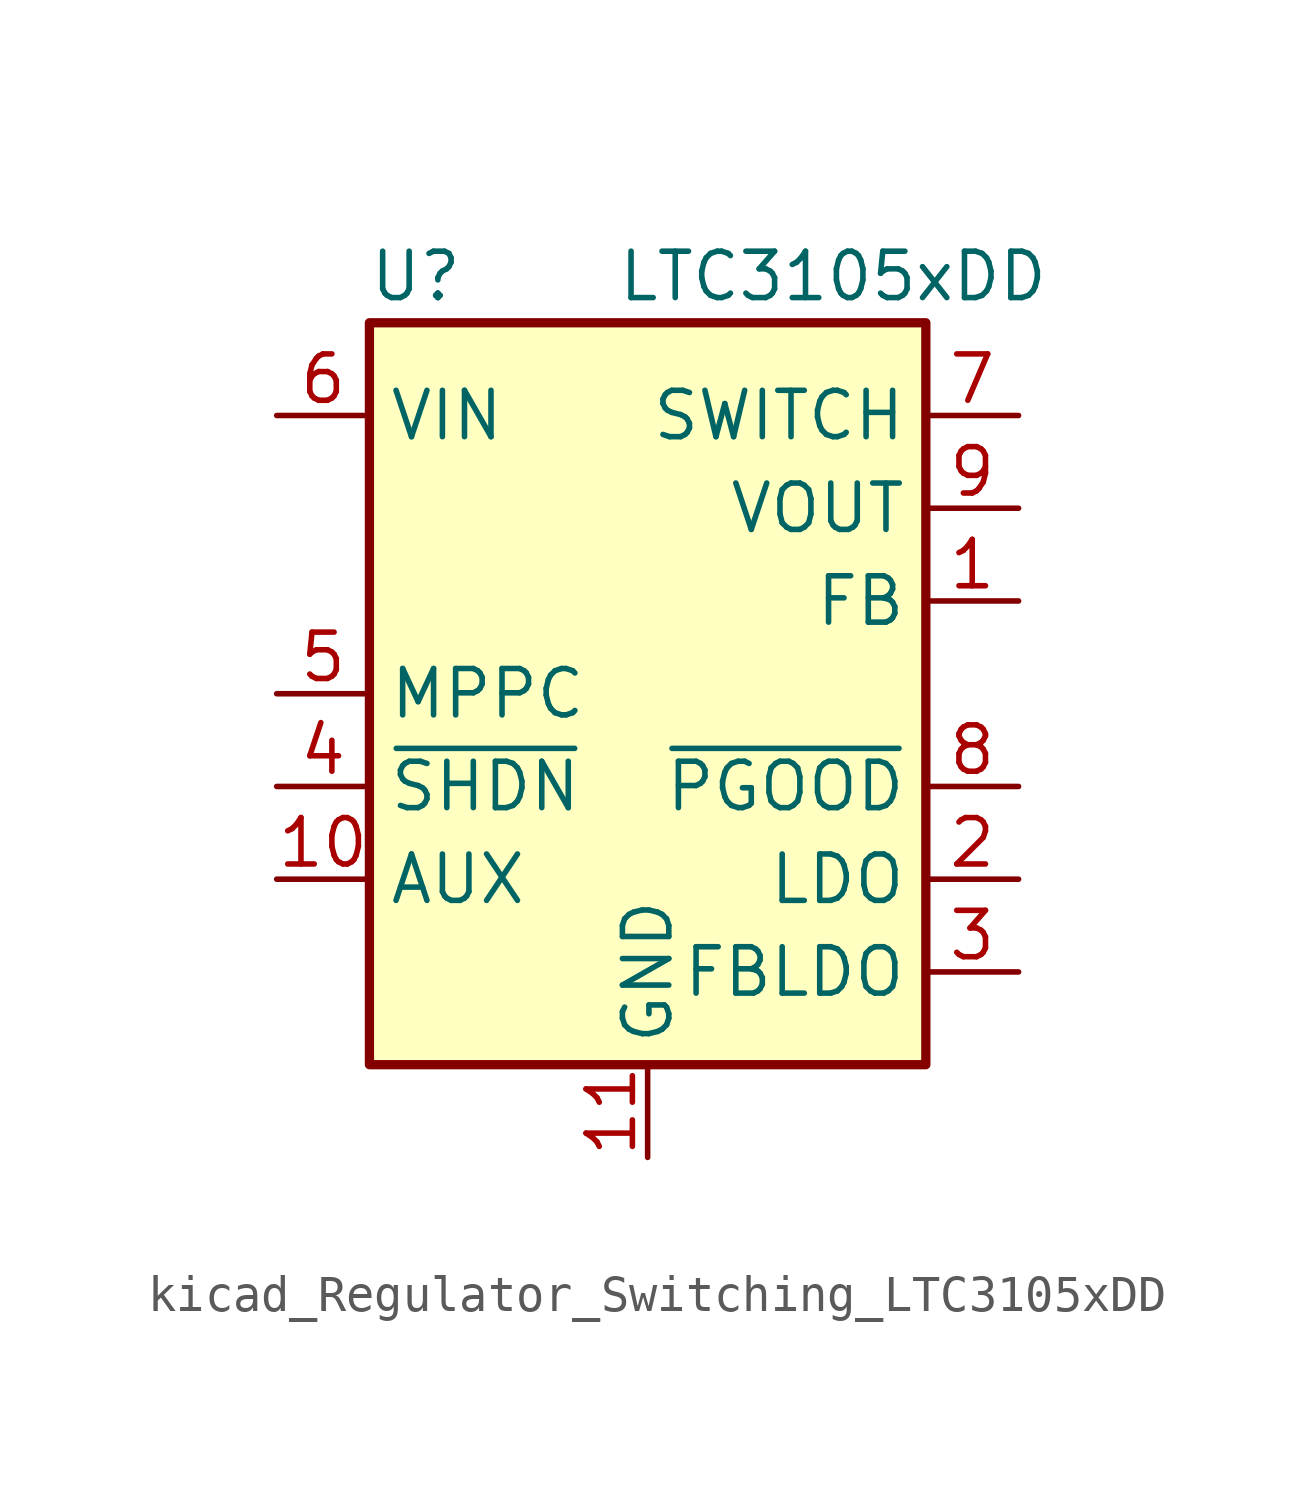
<source format=kicad_sym>
(kicad_symbol_lib
  (version 20220914)
  (generator kicad_symbol_editor)
  (symbol "kicad_Regulator_Switching_LTC3105xDD"
    (property "Reference" "U"
      (at -6.35 11.43 0)
      (effects (font (size 1.27 1.27))))
    (property "Value" "LTC3105xDD"
      (at 5.08 11.43 0)
      (effects (font (size 1.27 1.27))))
    (symbol "kicad_Regulator_Switching_LTC3105xDD_0_0"
      (pin input line (at 10.16 2.54 180) (length 2.54) (name "FB" (effects (font (size 1.27 1.27)))) (number "1" (effects (font (size 1.27 1.27)))))
      (pin power_out line (at -10.16 -5.08 0) (length 2.54) (name "AUX" (effects (font (size 1.27 1.27)))) (number "10" (effects (font (size 1.27 1.27)))))
      (pin power_in line (at 0 -12.7 90) (length 2.54) (name "GND" (effects (font (size 1.27 1.27)))) (number "11" (effects (font (size 1.27 1.27)))))
      (pin power_out line (at 10.16 -5.08 180) (length 2.54) (name "LDO" (effects (font (size 1.27 1.27)))) (number "2" (effects (font (size 1.27 1.27)))))
      (pin input line (at 10.16 -7.62 180) (length 2.54) (name "FBLDO" (effects (font (size 1.27 1.27)))) (number "3" (effects (font (size 1.27 1.27)))))
      (pin input line (at -10.16 -2.54 0) (length 2.54) (name "~{SHDN}" (effects (font (size 1.27 1.27)))) (number "4" (effects (font (size 1.27 1.27)))))
      (pin output line (at -10.16 0 0) (length 2.54) (name "MPPC" (effects (font (size 1.27 1.27)))) (number "5" (effects (font (size 1.27 1.27)))))
      (pin power_in line (at -10.16 7.62 0) (length 2.54) (name "VIN" (effects (font (size 1.27 1.27)))) (number "6" (effects (font (size 1.27 1.27)))))
      (pin output line (at 10.16 7.62 180) (length 2.54) (name "SWITCH" (effects (font (size 1.27 1.27)))) (number "7" (effects (font (size 1.27 1.27)))))
      (pin open_collector line (at 10.16 -2.54 180) (length 2.54) (name "~{PGOOD}" (effects (font (size 1.27 1.27)))) (number "8" (effects (font (size 1.27 1.27)))))
      (pin power_out line (at 10.16 5.08 180) (length 2.54) (name "VOUT" (effects (font (size 1.27 1.27)))) (number "9" (effects (font (size 1.27 1.27))))))
    (symbol "kicad_Regulator_Switching_LTC3105xDD_0_1"
      (rectangle (start -7.62 -10.16) (end 7.62 10.16) (stroke (width 0.254) (type default)) (fill (type background))))))
</source>
